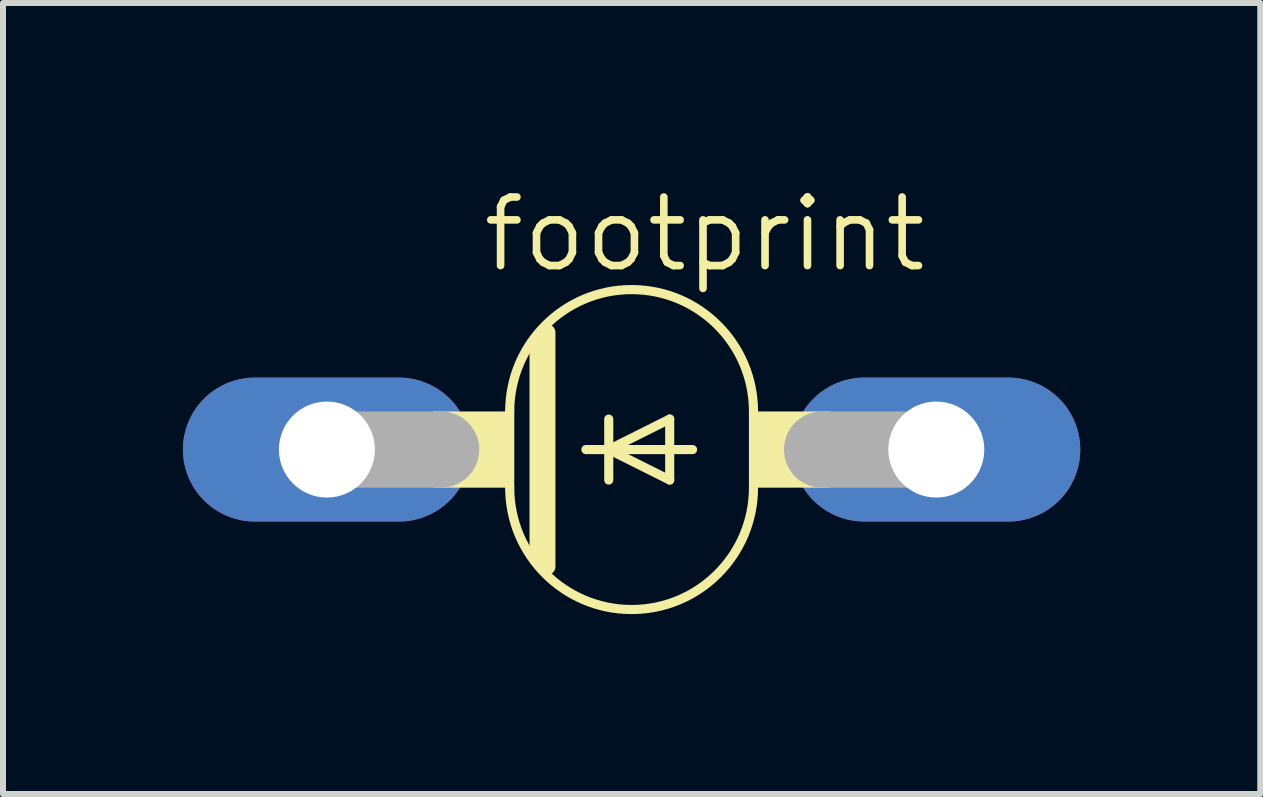
<source format=kicad_pcb>
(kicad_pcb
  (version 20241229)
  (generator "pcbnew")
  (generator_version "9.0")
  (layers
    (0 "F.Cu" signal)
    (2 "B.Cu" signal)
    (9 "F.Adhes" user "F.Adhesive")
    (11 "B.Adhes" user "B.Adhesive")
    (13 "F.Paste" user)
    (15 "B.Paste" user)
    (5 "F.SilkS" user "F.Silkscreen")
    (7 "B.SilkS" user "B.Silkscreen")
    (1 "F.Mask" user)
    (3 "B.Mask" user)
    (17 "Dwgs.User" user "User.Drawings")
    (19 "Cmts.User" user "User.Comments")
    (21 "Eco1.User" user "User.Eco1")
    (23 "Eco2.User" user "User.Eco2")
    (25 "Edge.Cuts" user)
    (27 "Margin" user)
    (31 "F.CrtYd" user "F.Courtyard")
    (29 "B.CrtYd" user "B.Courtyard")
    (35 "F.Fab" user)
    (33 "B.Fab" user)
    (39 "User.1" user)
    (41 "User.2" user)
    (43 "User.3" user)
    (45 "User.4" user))
  (footprint "footprint"
    (layer "F.Cu")
    (at 7.48 4.445)
    (property "Reference" "footprint" (at -2.54 -2.921 0) (layer "F.SilkS") (effects (font (size 1.143 1.143) (thickness 0.127)) (justify left bottom)))
    (fp_line (start -2.032 -0.635) (end -2.032 0.635) (stroke (width 0.152) (type solid)) (layer "F.SilkS"))
    (fp_line (start -1.575 -1.778) (end -1.575 1.778) (stroke (width 0.254) (type solid)) (layer "F.SilkS"))
    (fp_line (start -1.397 -1.956) (end -1.397 1.956) (stroke (width 0.254) (type solid)) (layer "F.SilkS"))
    (fp_line (start -0.762 0) (end -0.381 0) (stroke (width 0.152) (type solid)) (layer "F.SilkS"))
    (fp_line (start -0.381 -0.508) (end -0.381 0) (stroke (width 0.152) (type solid)) (layer "F.SilkS"))
    (fp_line (start -0.381 0) (end -0.381 0.508) (stroke (width 0.152) (type solid)) (layer "F.SilkS"))
    (fp_line (start -0.381 0) (end 0.635 -0.508) (stroke (width 0.152) (type solid)) (layer "F.SilkS"))
    (fp_line (start -0.381 0) (end 1.016 0) (stroke (width 0.152) (type solid)) (layer "F.SilkS"))
    (fp_line (start 0.635 -0.508) (end 0.635 0.508) (stroke (width 0.152) (type solid)) (layer "F.SilkS"))
    (fp_line (start 0.635 0.508) (end -0.381 0) (stroke (width 0.152) (type solid)) (layer "F.SilkS"))
    (fp_line (start 2.032 -0.635) (end 2.032 0.635) (stroke (width 0.152) (type solid)) (layer "F.SilkS"))
    (fp_arc (start -2.032 -0.635) (mid 0.000001 -2.666999) (end 2.032 -0.634998) (stroke (width 0.1524) (type solid)) (layer "F.SilkS"))
    (fp_arc (start 2.032 0.634998) (mid 0.000001 2.666999) (end -2.032 0.635) (stroke (width 0.1524) (type solid)) (layer "F.SilkS"))
    (fp_poly (pts (xy -3.302 0.635) (xy -2.032 0.635) (xy -2.032 -0.635) (xy -3.302 -0.635)) (stroke (width 0) (type solid)) (fill yes) (layer "F.SilkS"))
    (fp_poly (pts (xy 2.032 0.635) (xy 3.302 0.635) (xy 3.302 -0.635) (xy 2.032 -0.635)) (stroke (width 0) (type solid)) (fill yes) (layer "F.SilkS"))
    (fp_line (start -5.08 0) (end -3.175 0) (stroke (width 1.27) (type solid)) (layer "F.Fab"))
    (fp_line (start 5.08 0) (end 3.175 0) (stroke (width 1.27) (type solid)) (layer "F.Fab"))
    (pad "A" thru_hole oval (at 5.08 0) (size 4.801 2.4) (drill 1.6) (layers "*.Cu" "*.Mask"))
    (pad "C" thru_hole oval (at -5.08 0) (size 4.801 2.4) (drill 1.6) (layers "*.Cu" "*.Mask")))
  (gr_rect
    (start -3 -3)
    (end 17.961 10.188)
    (stroke (width 0.1) (type default))
    (fill no)
    (layer "Edge.Cuts")))
</source>
